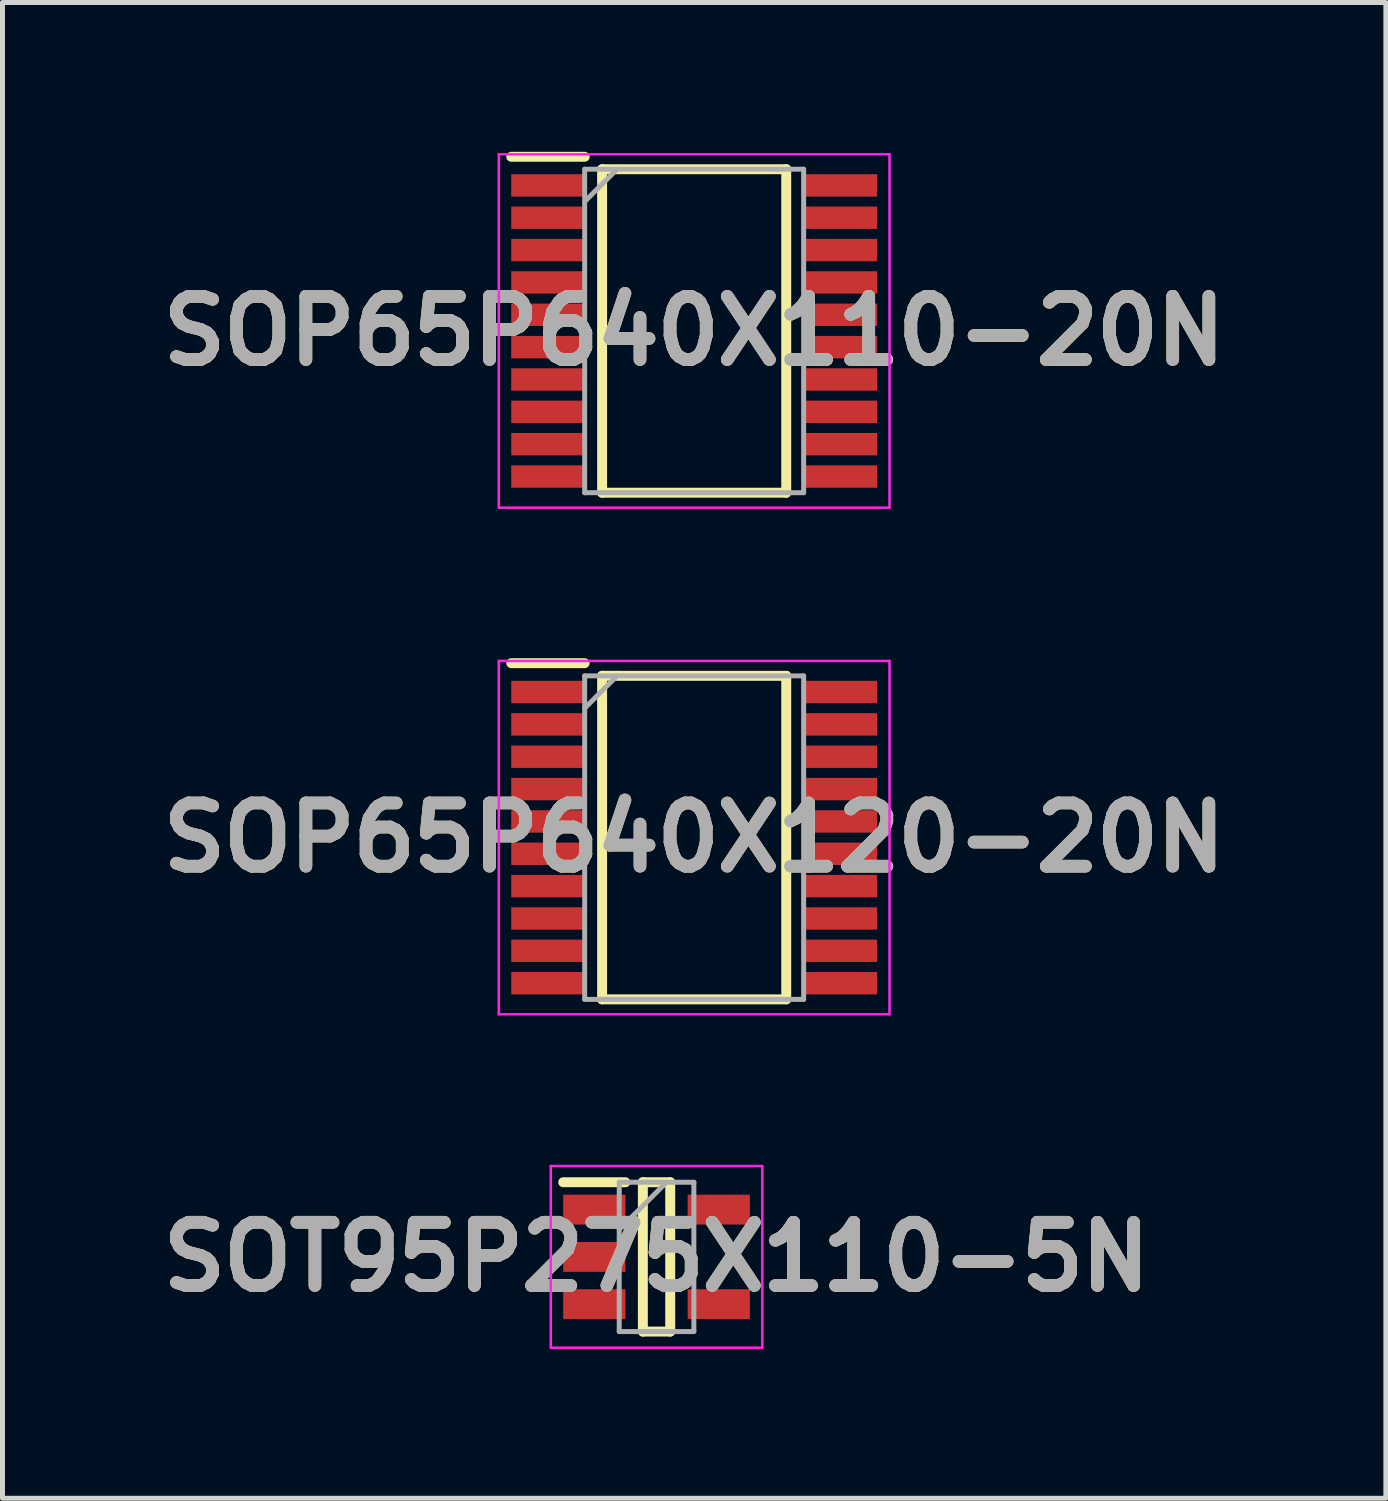
<source format=kicad_pcb>
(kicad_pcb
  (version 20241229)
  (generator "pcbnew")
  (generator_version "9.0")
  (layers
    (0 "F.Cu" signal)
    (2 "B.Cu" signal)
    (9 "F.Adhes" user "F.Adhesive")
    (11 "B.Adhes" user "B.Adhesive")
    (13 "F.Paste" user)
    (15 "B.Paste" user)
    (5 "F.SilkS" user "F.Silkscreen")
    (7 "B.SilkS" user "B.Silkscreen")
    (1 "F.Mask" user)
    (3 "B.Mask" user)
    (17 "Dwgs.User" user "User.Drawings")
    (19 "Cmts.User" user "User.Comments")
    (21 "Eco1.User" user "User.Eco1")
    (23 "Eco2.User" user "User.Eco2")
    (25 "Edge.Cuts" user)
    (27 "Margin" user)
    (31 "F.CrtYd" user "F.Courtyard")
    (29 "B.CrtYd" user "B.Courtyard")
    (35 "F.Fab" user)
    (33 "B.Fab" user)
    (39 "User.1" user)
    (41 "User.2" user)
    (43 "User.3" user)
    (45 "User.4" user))
  (footprint "SOP65P640X120-20N"
    (layer "F.Cu")
    (at 10.898 13.78)
    (property "Reference" "SOP65P640X120-20N" (at 0 0 0) (layer "F.SilkS") (effects (font (size 1.27 1.27) (thickness 0.254))))
    (attr smd)
    (fp_line (start -3.675 -3.505) (end -2.2 -3.505) (stroke (width 0.2) (type solid)) (layer "F.SilkS"))
    (fp_line (start -1.85 -3.251) (end 1.85 -3.25) (stroke (width 0.2) (type solid)) (layer "F.SilkS"))
    (fp_line (start -1.85 3.25) (end -1.85 -3.251) (stroke (width 0.2) (type solid)) (layer "F.SilkS"))
    (fp_line (start 1.85 -3.25) (end 1.85 3.25) (stroke (width 0.2) (type solid)) (layer "F.SilkS"))
    (fp_line (start 1.85 3.25) (end -1.85 3.25) (stroke (width 0.2) (type solid)) (layer "F.SilkS"))
    (fp_line (start -3.925 -3.55) (end 3.925 -3.55) (stroke (width 0.05) (type solid)) (layer "F.CrtYd"))
    (fp_line (start -3.925 3.55) (end -3.925 -3.55) (stroke (width 0.05) (type solid)) (layer "F.CrtYd"))
    (fp_line (start 3.925 -3.55) (end 3.925 3.55) (stroke (width 0.05) (type solid)) (layer "F.CrtYd"))
    (fp_line (start 3.925 3.55) (end -3.925 3.55) (stroke (width 0.05) (type solid)) (layer "F.CrtYd"))
    (fp_line (start -2.2 -3.25) (end 2.2 -3.25) (stroke (width 0.1) (type solid)) (layer "F.Fab"))
    (fp_line (start -2.2 -2.6) (end -1.55 -3.25) (stroke (width 0.1) (type solid)) (layer "F.Fab"))
    (fp_line (start -2.2 3.25) (end -2.2 -3.25) (stroke (width 0.1) (type solid)) (layer "F.Fab"))
    (fp_line (start 2.2 -3.25) (end 2.2 3.25) (stroke (width 0.1) (type solid)) (layer "F.Fab"))
    (fp_line (start 2.2 3.25) (end -2.2 3.25) (stroke (width 0.1) (type solid)) (layer "F.Fab"))
    (fp_text user "${REFERENCE}" (at 0 0 0) (layer "F.Fab") (effects (font (size 1.27 1.27) (thickness 0.254))))
    (pad "1" smd rect (at -2.938 -2.925 90) (size 0.45 1.475) (layers "F.Cu" "F.Mask" "F.Paste"))
    (pad "2" smd rect (at -2.938 -2.275 90) (size 0.45 1.475) (layers "F.Cu" "F.Mask" "F.Paste"))
    (pad "3" smd rect (at -2.938 -1.625 90) (size 0.45 1.475) (layers "F.Cu" "F.Mask" "F.Paste"))
    (pad "4" smd rect (at -2.938 -0.975 90) (size 0.45 1.475) (layers "F.Cu" "F.Mask" "F.Paste"))
    (pad "5" smd rect (at -2.938 -0.325 90) (size 0.45 1.475) (layers "F.Cu" "F.Mask" "F.Paste"))
    (pad "6" smd rect (at -2.938 0.325 90) (size 0.45 1.475) (layers "F.Cu" "F.Mask" "F.Paste"))
    (pad "7" smd rect (at -2.938 0.975 90) (size 0.45 1.475) (layers "F.Cu" "F.Mask" "F.Paste"))
    (pad "8" smd rect (at -2.938 1.625 90) (size 0.45 1.475) (layers "F.Cu" "F.Mask" "F.Paste"))
    (pad "9" smd rect (at -2.938 2.275 90) (size 0.45 1.475) (layers "F.Cu" "F.Mask" "F.Paste"))
    (pad "10" smd rect (at -2.938 2.925 90) (size 0.45 1.475) (layers "F.Cu" "F.Mask" "F.Paste"))
    (pad "11" smd rect (at 2.938 2.925 90) (size 0.45 1.475) (layers "F.Cu" "F.Mask" "F.Paste"))
    (pad "12" smd rect (at 2.938 2.275 90) (size 0.45 1.475) (layers "F.Cu" "F.Mask" "F.Paste"))
    (pad "13" smd rect (at 2.938 1.625 90) (size 0.45 1.475) (layers "F.Cu" "F.Mask" "F.Paste"))
    (pad "14" smd rect (at 2.938 0.975 90) (size 0.45 1.475) (layers "F.Cu" "F.Mask" "F.Paste"))
    (pad "15" smd rect (at 2.938 0.325 90) (size 0.45 1.475) (layers "F.Cu" "F.Mask" "F.Paste"))
    (pad "16" smd rect (at 2.938 -0.325 90) (size 0.45 1.475) (layers "F.Cu" "F.Mask" "F.Paste"))
    (pad "17" smd rect (at 2.938 -0.975 90) (size 0.45 1.475) (layers "F.Cu" "F.Mask" "F.Paste"))
    (pad "18" smd rect (at 2.938 -1.625 90) (size 0.45 1.475) (layers "F.Cu" "F.Mask" "F.Paste"))
    (pad "19" smd rect (at 2.938 -2.275 90) (size 0.45 1.475) (layers "F.Cu" "F.Mask" "F.Paste"))
    (pad "20" smd rect (at 2.938 -2.925 90) (size 0.45 1.475) (layers "F.Cu" "F.Mask" "F.Paste")))
  (footprint "SOP65P640X110-20N"
    (layer "F.Cu")
    (at 10.898 3.6)
    (property "Reference" "SOP65P640X110-20N" (at 0 0 0) (layer "F.SilkS") (effects (font (size 1.27 1.27) (thickness 0.254))))
    (attr smd)
    (fp_line (start -3.675 -3.5) (end -2.2 -3.5) (stroke (width 0.2) (type solid)) (layer "F.SilkS"))
    (fp_line (start -1.85 -3.25) (end 1.85 -3.25) (stroke (width 0.2) (type solid)) (layer "F.SilkS"))
    (fp_line (start -1.85 3.25) (end -1.85 -3.25) (stroke (width 0.2) (type solid)) (layer "F.SilkS"))
    (fp_line (start 1.85 -3.25) (end 1.85 3.25) (stroke (width 0.2) (type solid)) (layer "F.SilkS"))
    (fp_line (start 1.85 3.25) (end -1.85 3.25) (stroke (width 0.2) (type solid)) (layer "F.SilkS"))
    (fp_line (start -3.925 -3.55) (end 3.925 -3.55) (stroke (width 0.05) (type solid)) (layer "F.CrtYd"))
    (fp_line (start -3.925 3.55) (end -3.925 -3.55) (stroke (width 0.05) (type solid)) (layer "F.CrtYd"))
    (fp_line (start 3.925 -3.55) (end 3.925 3.55) (stroke (width 0.05) (type solid)) (layer "F.CrtYd"))
    (fp_line (start 3.925 3.55) (end -3.925 3.55) (stroke (width 0.05) (type solid)) (layer "F.CrtYd"))
    (fp_line (start -2.2 -3.25) (end 2.2 -3.25) (stroke (width 0.1) (type solid)) (layer "F.Fab"))
    (fp_line (start -2.2 -2.6) (end -1.55 -3.25) (stroke (width 0.1) (type solid)) (layer "F.Fab"))
    (fp_line (start -2.2 3.25) (end -2.2 -3.25) (stroke (width 0.1) (type solid)) (layer "F.Fab"))
    (fp_line (start 2.2 -3.25) (end 2.2 3.25) (stroke (width 0.1) (type solid)) (layer "F.Fab"))
    (fp_line (start 2.2 3.25) (end -2.2 3.25) (stroke (width 0.1) (type solid)) (layer "F.Fab"))
    (fp_text user "${REFERENCE}" (at 0 0 0) (layer "F.Fab") (effects (font (size 1.27 1.27) (thickness 0.254))))
    (pad "1" smd rect (at -2.938 -2.925 90) (size 0.45 1.475) (layers "F.Cu" "F.Mask" "F.Paste"))
    (pad "2" smd rect (at -2.938 -2.275 90) (size 0.45 1.475) (layers "F.Cu" "F.Mask" "F.Paste"))
    (pad "3" smd rect (at -2.938 -1.625 90) (size 0.45 1.475) (layers "F.Cu" "F.Mask" "F.Paste"))
    (pad "4" smd rect (at -2.938 -0.975 90) (size 0.45 1.475) (layers "F.Cu" "F.Mask" "F.Paste"))
    (pad "5" smd rect (at -2.938 -0.325 90) (size 0.45 1.475) (layers "F.Cu" "F.Mask" "F.Paste"))
    (pad "6" smd rect (at -2.938 0.325 90) (size 0.45 1.475) (layers "F.Cu" "F.Mask" "F.Paste"))
    (pad "7" smd rect (at -2.938 0.975 90) (size 0.45 1.475) (layers "F.Cu" "F.Mask" "F.Paste"))
    (pad "8" smd rect (at -2.938 1.625 90) (size 0.45 1.475) (layers "F.Cu" "F.Mask" "F.Paste"))
    (pad "9" smd rect (at -2.938 2.275 90) (size 0.45 1.475) (layers "F.Cu" "F.Mask" "F.Paste"))
    (pad "10" smd rect (at -2.938 2.925 90) (size 0.45 1.475) (layers "F.Cu" "F.Mask" "F.Paste"))
    (pad "11" smd rect (at 2.938 2.925 90) (size 0.45 1.475) (layers "F.Cu" "F.Mask" "F.Paste"))
    (pad "12" smd rect (at 2.938 2.275 90) (size 0.45 1.475) (layers "F.Cu" "F.Mask" "F.Paste"))
    (pad "13" smd rect (at 2.938 1.625 90) (size 0.45 1.475) (layers "F.Cu" "F.Mask" "F.Paste"))
    (pad "14" smd rect (at 2.938 0.975 90) (size 0.45 1.475) (layers "F.Cu" "F.Mask" "F.Paste"))
    (pad "15" smd rect (at 2.938 0.325 90) (size 0.45 1.475) (layers "F.Cu" "F.Mask" "F.Paste"))
    (pad "16" smd rect (at 2.938 -0.325 90) (size 0.45 1.475) (layers "F.Cu" "F.Mask" "F.Paste"))
    (pad "17" smd rect (at 2.938 -0.975 90) (size 0.45 1.475) (layers "F.Cu" "F.Mask" "F.Paste"))
    (pad "18" smd rect (at 2.938 -1.625 90) (size 0.45 1.475) (layers "F.Cu" "F.Mask" "F.Paste"))
    (pad "19" smd rect (at 2.938 -2.275 90) (size 0.45 1.475) (layers "F.Cu" "F.Mask" "F.Paste"))
    (pad "20" smd rect (at 2.938 -2.925 90) (size 0.45 1.475) (layers "F.Cu" "F.Mask" "F.Paste")))
  (footprint "SOT95P275X110-5N"
    (layer "F.Cu")
    (at 10.142 22.205)
    (property "Reference" "SOT95P275X110-5N" (at 0 0 0) (layer "F.SilkS") (effects (font (size 1.27 1.27) (thickness 0.254))))
    (attr smd)
    (fp_line (start -1.875 -1.5) (end -0.625 -1.5) (stroke (width 0.2) (type solid)) (layer "F.SilkS"))
    (fp_line (start -0.275 -1.5) (end 0.275 -1.5) (stroke (width 0.2) (type solid)) (layer "F.SilkS"))
    (fp_line (start -0.275 1.5) (end -0.275 -1.5) (stroke (width 0.2) (type solid)) (layer "F.SilkS"))
    (fp_line (start 0.275 -1.5) (end 0.275 1.5) (stroke (width 0.2) (type solid)) (layer "F.SilkS"))
    (fp_line (start 0.275 1.5) (end -0.275 1.5) (stroke (width 0.2) (type solid)) (layer "F.SilkS"))
    (fp_line (start -2.125 -1.825) (end 2.125 -1.825) (stroke (width 0.05) (type solid)) (layer "F.CrtYd"))
    (fp_line (start -2.125 1.825) (end -2.125 -1.825) (stroke (width 0.05) (type solid)) (layer "F.CrtYd"))
    (fp_line (start 2.125 -1.825) (end 2.125 1.825) (stroke (width 0.05) (type solid)) (layer "F.CrtYd"))
    (fp_line (start 2.125 1.825) (end -2.125 1.825) (stroke (width 0.05) (type solid)) (layer "F.CrtYd"))
    (fp_line (start -0.75 -1.5) (end 0.75 -1.5) (stroke (width 0.1) (type solid)) (layer "F.Fab"))
    (fp_line (start -0.75 -0.55) (end 0.2 -1.5) (stroke (width 0.1) (type solid)) (layer "F.Fab"))
    (fp_line (start -0.75 1.5) (end -0.75 -1.5) (stroke (width 0.1) (type solid)) (layer "F.Fab"))
    (fp_line (start 0.75 -1.5) (end 0.75 1.5) (stroke (width 0.1) (type solid)) (layer "F.Fab"))
    (fp_line (start 0.75 1.5) (end -0.75 1.5) (stroke (width 0.1) (type solid)) (layer "F.Fab"))
    (fp_text user "${REFERENCE}" (at 0 0 0) (layer "F.Fab") (effects (font (size 1.27 1.27) (thickness 0.254))))
    (pad "1" smd rect (at -1.25 -0.95 90) (size 0.6 1.25) (layers "F.Cu" "F.Mask" "F.Paste"))
    (pad "2" smd rect (at -1.25 0 90) (size 0.6 1.25) (layers "F.Cu" "F.Mask" "F.Paste"))
    (pad "3" smd rect (at -1.25 0.95 90) (size 0.6 1.25) (layers "F.Cu" "F.Mask" "F.Paste"))
    (pad "4" smd rect (at 1.25 0.95 90) (size 0.6 1.25) (layers "F.Cu" "F.Mask" "F.Paste"))
    (pad "5" smd rect (at 1.25 -0.95 90) (size 0.6 1.25) (layers "F.Cu" "F.Mask" "F.Paste")))
  (gr_rect
    (start -3 -3)
    (end 24.796 27.055)
    (stroke (width 0.1) (type default))
    (fill no)
    (layer "Edge.Cuts")))
</source>
